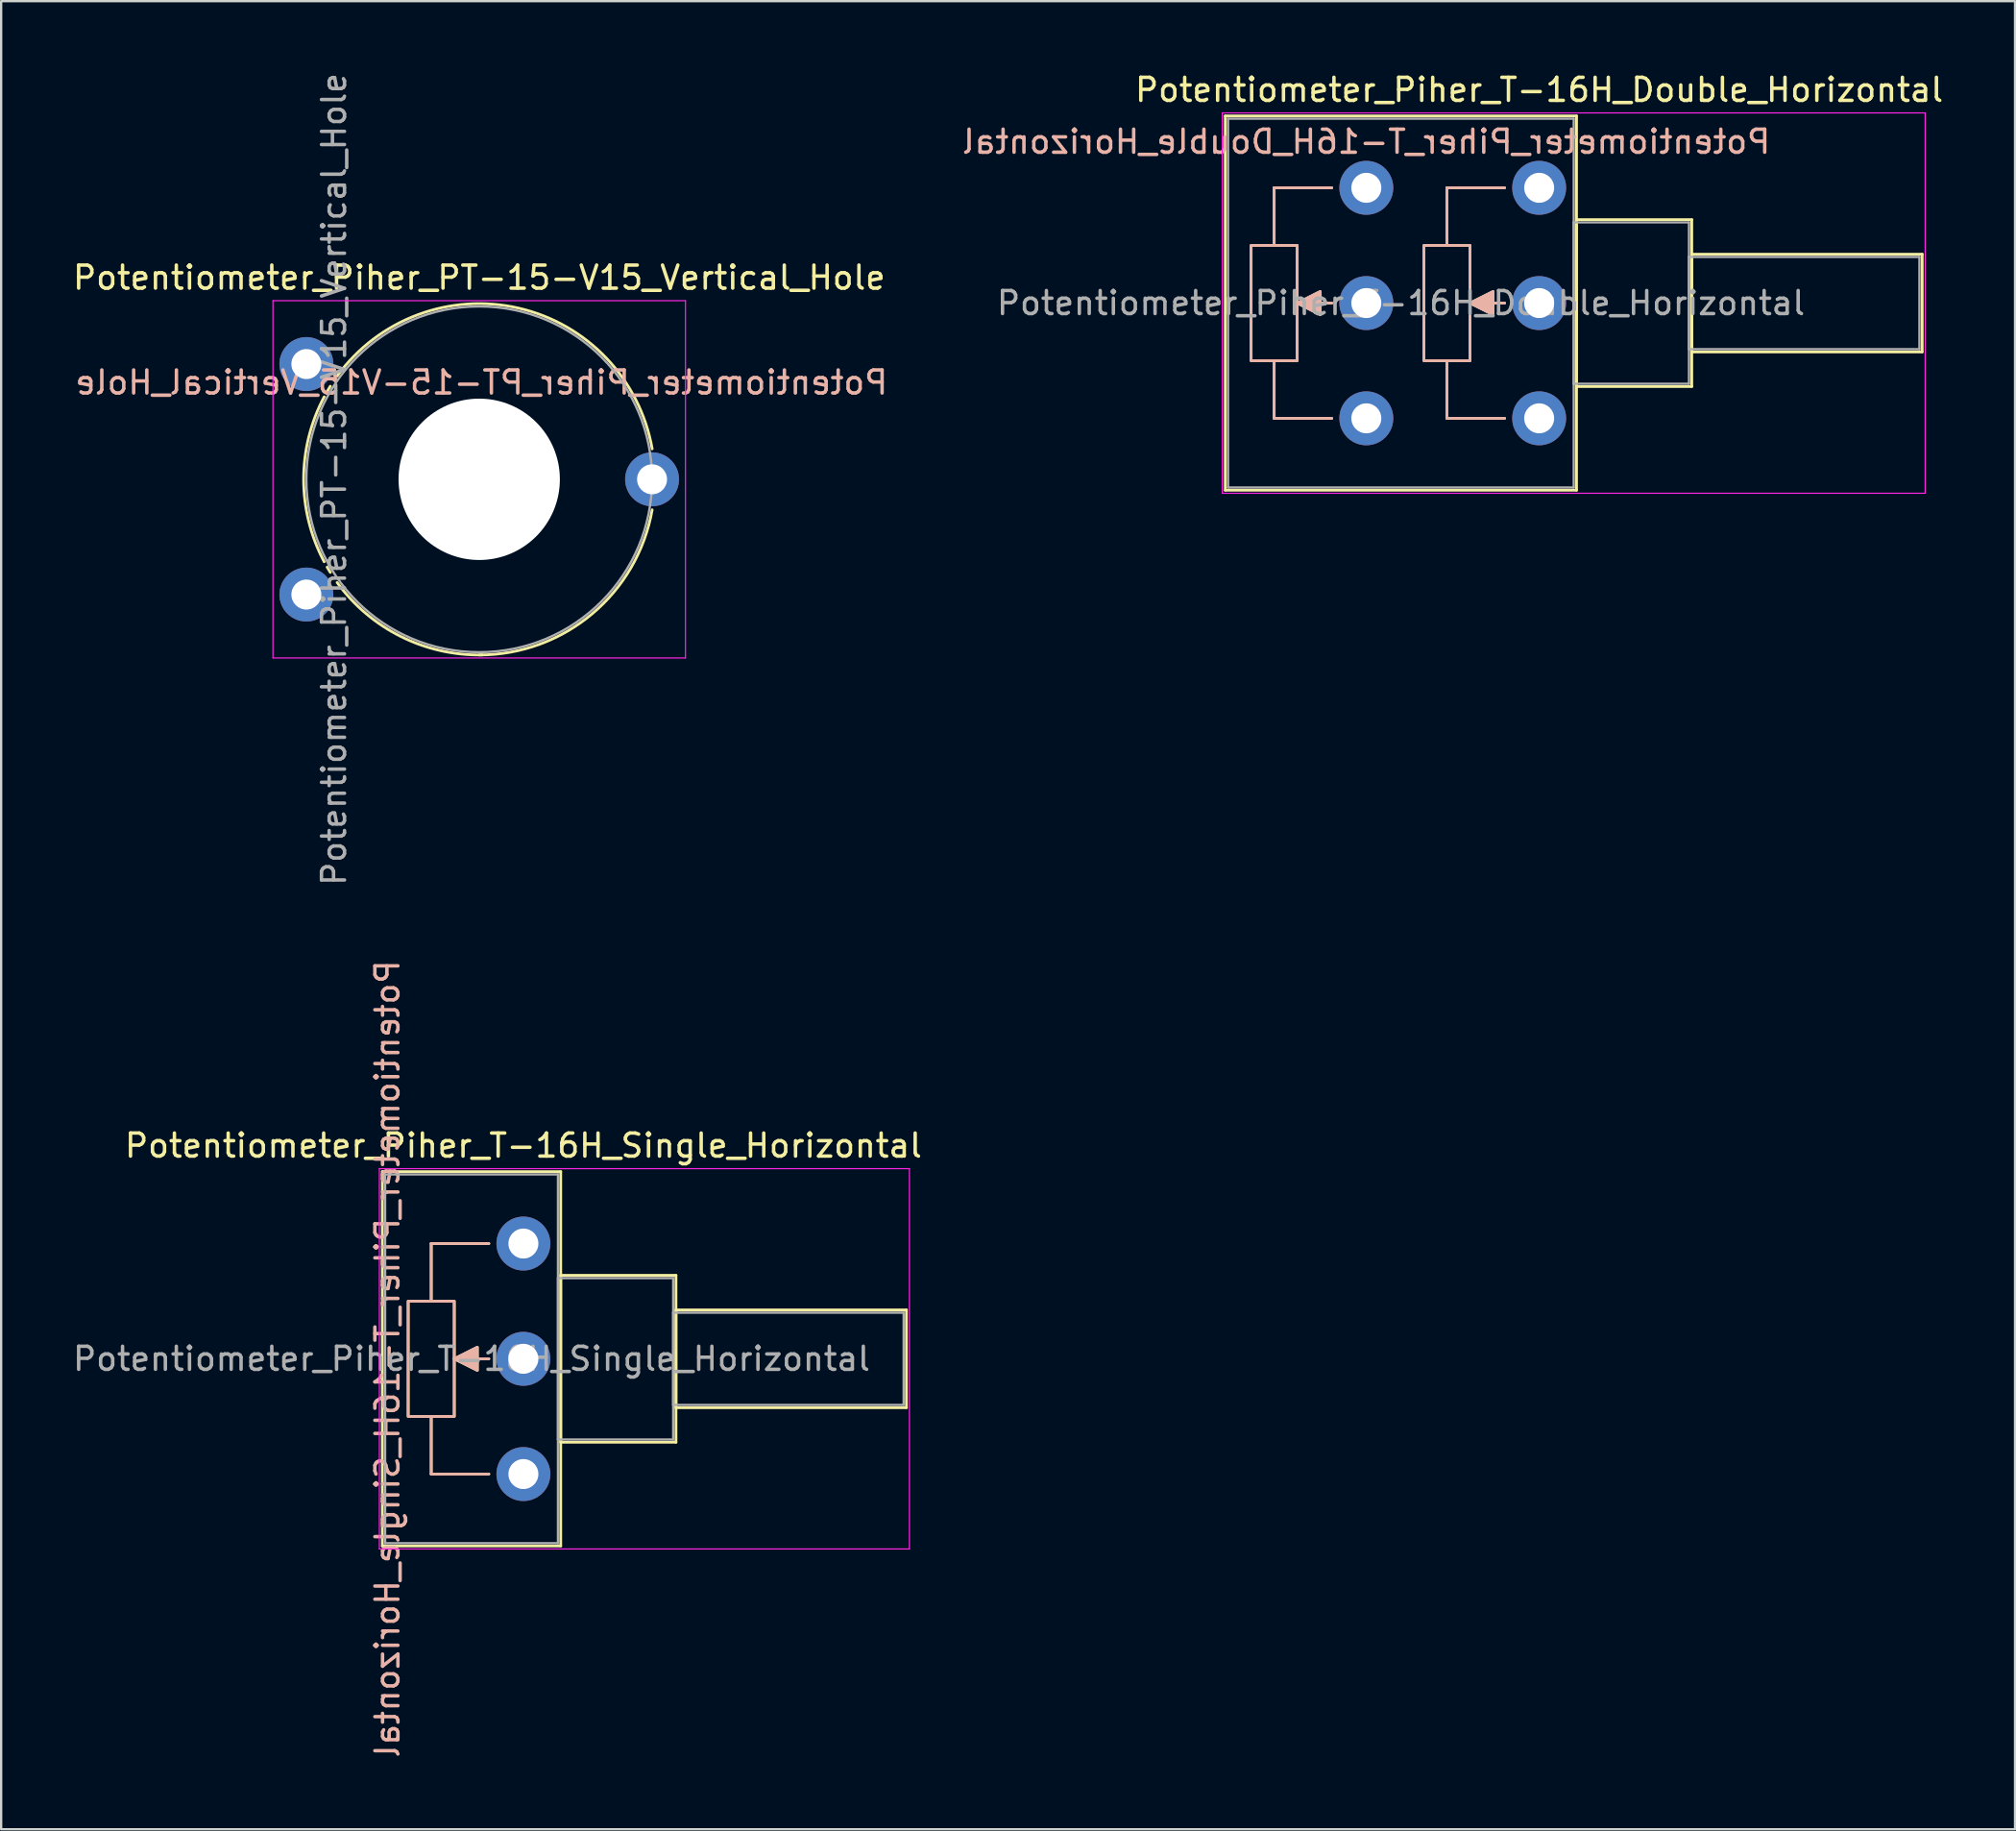
<source format=kicad_pcb>
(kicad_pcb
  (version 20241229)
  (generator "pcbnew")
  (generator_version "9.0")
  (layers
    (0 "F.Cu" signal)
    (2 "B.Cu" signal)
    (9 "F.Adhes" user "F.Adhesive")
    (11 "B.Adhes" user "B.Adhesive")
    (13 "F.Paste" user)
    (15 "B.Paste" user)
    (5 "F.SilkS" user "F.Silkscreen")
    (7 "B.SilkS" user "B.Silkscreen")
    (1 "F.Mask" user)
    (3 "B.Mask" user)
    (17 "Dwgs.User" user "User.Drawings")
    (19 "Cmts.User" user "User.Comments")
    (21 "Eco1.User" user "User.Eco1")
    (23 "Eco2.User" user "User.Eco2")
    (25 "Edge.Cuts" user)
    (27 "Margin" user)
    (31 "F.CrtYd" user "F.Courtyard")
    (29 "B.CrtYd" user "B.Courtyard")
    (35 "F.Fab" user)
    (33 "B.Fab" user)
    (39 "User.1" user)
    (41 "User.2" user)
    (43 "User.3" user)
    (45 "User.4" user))
  (footprint "Potentiometer_Piher_T-16H_Single_Horizontal"
    (layer "F.Cu")
    (at 19.661 60.899)
    (property "Reference" "Potentiometer_Piher_T-16H_Single_Horizontal" (at 0 -14.25 0) (layer "F.SilkS") (effects (font (size 1 1) (thickness 0.15))))
    (attr through_hole)
    (fp_line (start -6.12 -13.12) (end -6.12 3.12) (stroke (width 0.12) (type solid)) (layer "F.SilkS"))
    (fp_line (start -6.12 -13.12) (end 1.62 -13.12) (stroke (width 0.12) (type solid)) (layer "F.SilkS"))
    (fp_line (start -6.12 3.12) (end 1.62 3.12) (stroke (width 0.12) (type solid)) (layer "F.SilkS"))
    (fp_line (start -4 -10) (end -4 -7.5) (stroke (width 0.12) (type solid)) (layer "F.SilkS"))
    (fp_line (start -4 -2.5) (end -4 0) (stroke (width 0.12) (type solid)) (layer "F.SilkS"))
    (fp_line (start -4 0) (end -1.5 0) (stroke (width 0.12) (type solid)) (layer "F.SilkS"))
    (fp_line (start -3 -5) (end -1.5 -5) (stroke (width 0.12) (type solid)) (layer "F.SilkS"))
    (fp_line (start -1.5 -10) (end -4 -10) (stroke (width 0.12) (type solid)) (layer "F.SilkS"))
    (fp_line (start 1.62 -13.12) (end 1.62 3.12) (stroke (width 0.12) (type solid)) (layer "F.SilkS"))
    (fp_line (start 1.62 -8.62) (end 1.62 -1.38) (stroke (width 0.12) (type solid)) (layer "F.SilkS"))
    (fp_line (start 1.62 -8.62) (end 6.62 -8.62) (stroke (width 0.12) (type solid)) (layer "F.SilkS"))
    (fp_line (start 1.62 -1.38) (end 6.62 -1.38) (stroke (width 0.12) (type solid)) (layer "F.SilkS"))
    (fp_line (start 6.62 -8.62) (end 6.62 -1.38) (stroke (width 0.12) (type solid)) (layer "F.SilkS"))
    (fp_line (start 6.62 -7.12) (end 6.62 -2.88) (stroke (width 0.12) (type solid)) (layer "F.SilkS"))
    (fp_line (start 6.62 -7.12) (end 16.62 -7.12) (stroke (width 0.12) (type solid)) (layer "F.SilkS"))
    (fp_line (start 6.62 -2.88) (end 16.62 -2.88) (stroke (width 0.12) (type solid)) (layer "F.SilkS"))
    (fp_line (start 16.62 -7.12) (end 16.62 -2.88) (stroke (width 0.12) (type solid)) (layer "F.SilkS"))
    (fp_rect (start -5 -7.5) (end -3 -2.5) (stroke (width 0.12) (type solid)) (fill no) (layer "F.SilkS"))
    (fp_poly (pts (xy -2 -4.5) (xy -3 -5) (xy -2 -5.5)) (stroke (width 0.12) (type solid)) (fill yes) (layer "F.SilkS"))
    (fp_line (start -4 -10) (end -4 -7.5) (stroke (width 0.12) (type solid)) (layer "B.SilkS"))
    (fp_line (start -4 0) (end -4 -2.5) (stroke (width 0.12) (type solid)) (layer "B.SilkS"))
    (fp_line (start -1.5 -10) (end -4 -10) (stroke (width 0.12) (type solid)) (layer "B.SilkS"))
    (fp_line (start -1.5 -5) (end -2 -5) (stroke (width 0.12) (type solid)) (layer "B.SilkS"))
    (fp_line (start -1.5 0) (end -4 0) (stroke (width 0.12) (type solid)) (layer "B.SilkS"))
    (fp_rect (start -5 -7.5) (end -3 -2.5) (stroke (width 0.12) (type solid)) (fill no) (layer "B.SilkS"))
    (fp_poly (pts (xy -2 -4.5) (xy -3 -5) (xy -2 -5.5)) (stroke (width 0.12) (type solid)) (fill yes) (layer "B.SilkS"))
    (fp_line (start -6.25 -13.25) (end -6.25 3.25) (stroke (width 0.05) (type solid)) (layer "F.CrtYd"))
    (fp_line (start -6.25 3.25) (end 16.75 3.25) (stroke (width 0.05) (type solid)) (layer "F.CrtYd"))
    (fp_line (start 16.75 -13.25) (end -6.25 -13.25) (stroke (width 0.05) (type solid)) (layer "F.CrtYd"))
    (fp_line (start 16.75 3.25) (end 16.75 -13.25) (stroke (width 0.05) (type solid)) (layer "F.CrtYd"))
    (fp_line (start -6 -13) (end -6 3) (stroke (width 0.1) (type solid)) (layer "F.Fab"))
    (fp_line (start -6 3) (end 1.5 3) (stroke (width 0.1) (type solid)) (layer "F.Fab"))
    (fp_line (start 1.5 -13) (end -6 -13) (stroke (width 0.1) (type solid)) (layer "F.Fab"))
    (fp_line (start 1.5 -8.5) (end 1.5 -1.5) (stroke (width 0.1) (type solid)) (layer "F.Fab"))
    (fp_line (start 1.5 -1.5) (end 6.5 -1.5) (stroke (width 0.1) (type solid)) (layer "F.Fab"))
    (fp_line (start 1.5 3) (end 1.5 -13) (stroke (width 0.1) (type solid)) (layer "F.Fab"))
    (fp_line (start 6.5 -8.5) (end 1.5 -8.5) (stroke (width 0.1) (type solid)) (layer "F.Fab"))
    (fp_line (start 6.5 -7) (end 6.5 -3) (stroke (width 0.1) (type solid)) (layer "F.Fab"))
    (fp_line (start 6.5 -3) (end 16.5 -3) (stroke (width 0.1) (type solid)) (layer "F.Fab"))
    (fp_line (start 6.5 -1.5) (end 6.5 -8.5) (stroke (width 0.1) (type solid)) (layer "F.Fab"))
    (fp_line (start 16.5 -7) (end 6.5 -7) (stroke (width 0.1) (type solid)) (layer "F.Fab"))
    (fp_line (start 16.5 -3) (end 16.5 -7) (stroke (width 0.1) (type solid)) (layer "F.Fab"))
    (fp_text user "${REFERENCE}" (at -5.9 -5 90) (unlocked yes) (layer "B.SilkS") (effects (font (size 1 1) (thickness 0.15)) (justify mirror)))
    (fp_text user "${REFERENCE}" (at -2.25 -5 0) (layer "F.Fab") (effects (font (size 1 1) (thickness 0.15))))
    (pad "1" thru_hole circle (at 0 0) (size 2.34 2.34) (drill 1.3) (layers "*.Cu" "*.Mask"))
    (pad "2" thru_hole circle (at 0 -5) (size 2.34 2.34) (drill 1.3) (layers "*.Cu" "*.Mask"))
    (pad "3" thru_hole circle (at 0 -10) (size 2.34 2.34) (drill 1.3) (layers "*.Cu" "*.Mask")))
  (footprint "Potentiometer_Piher_PT-15-V15_Vertical_Hole"
    (layer "F.Cu")
    (at 10.244 22.744)
    (property "Reference" "Potentiometer_Piher_PT-15-V15_Vertical_Hole" (at 7.5 -13.75 0) (layer "F.SilkS") (effects (font (size 1 1) (thickness 0.15))))
    (attr through_hole)
    (fp_arc (start 0.772013 -1.423856) (mid -0.119358 -5.001051) (end 0.773 -8.578) (stroke (width 0.12) (type solid)) (layer "F.SilkS"))
    (fp_arc (start 0.902012 -8.810055) (mid 0.969511 -8.924625) (end 1.039 -9.038) (stroke (width 0.12) (type solid)) (layer "F.SilkS"))
    (fp_arc (start 1.037952 -0.963019) (mid 0.968481 -1.076412) (end 0.901 -1.191) (stroke (width 0.12) (type solid)) (layer "F.SilkS"))
    (fp_arc (start 1.335622 -9.480307) (mid 9.21553 -12.424935) (end 15.005 -6.322) (stroke (width 0.12) (type solid)) (layer "F.SilkS"))
    (fp_arc (start 7.632064 2.618548) (mid 4.099288 1.818715) (end 1.335 -0.522) (stroke (width 0.12) (type solid)) (layer "F.SilkS"))
    (fp_arc (start 15.004235 -3.676801) (mid 12.398042 0.837259) (end 7.5 2.62) (stroke (width 0.12) (type solid)) (layer "F.SilkS"))
    (fp_line (start -1.45 -12.75) (end -1.45 2.75) (stroke (width 0.05) (type solid)) (layer "F.CrtYd"))
    (fp_line (start -1.45 2.75) (end 16.45 2.75) (stroke (width 0.05) (type solid)) (layer "F.CrtYd"))
    (fp_line (start 16.45 -12.75) (end -1.45 -12.75) (stroke (width 0.05) (type solid)) (layer "F.CrtYd"))
    (fp_line (start 16.45 2.75) (end 16.45 -12.75) (stroke (width 0.05) (type solid)) (layer "F.CrtYd"))
    (fp_circle (center 7.5 -5) (end 15 -5) (stroke (width 0.1) (type solid)) (fill no) (layer "F.Fab"))
    (fp_text user "${REFERENCE}" (at 7.6 -9.2 0) (unlocked yes) (layer "B.SilkS") (effects (font (size 1 1) (thickness 0.15)) (justify mirror)))
    (fp_text user "${REFERENCE}" (at 1.2 -5 90) (layer "F.Fab") (effects (font (size 1 1) (thickness 0.15))))
    (pad "" np_thru_hole circle (at 7.5 -5) (size 7 7) (drill 7) (layers "*.Cu" "*.Mask"))
    (pad "1" thru_hole circle (at 0 0) (size 2.34 2.34) (drill 1.3) (layers "*.Cu" "*.Mask"))
    (pad "2" thru_hole circle (at 15 -5) (size 2.34 2.34) (drill 1.3) (layers "*.Cu" "*.Mask"))
    (pad "3" thru_hole circle (at 0 -10) (size 2.34 2.34) (drill 1.3) (layers "*.Cu" "*.Mask")))
  (footprint "Potentiometer_Piher_T-16H_Double_Horizontal"
    (layer "F.Cu")
    (at 63.737 15.098)
    (property "Reference" "Potentiometer_Piher_T-16H_Double_Horizontal" (at 0 -14.25 0) (layer "F.SilkS") (effects (font (size 1 1) (thickness 0.15))))
    (attr through_hole)
    (fp_line (start -13.62 -13.12) (end -13.62 3.12) (stroke (width 0.12) (type solid)) (layer "F.SilkS"))
    (fp_line (start -13.62 -13.12) (end 1.621 -13.12) (stroke (width 0.12) (type solid)) (layer "F.SilkS"))
    (fp_line (start -13.62 3.12) (end 1.621 3.12) (stroke (width 0.12) (type solid)) (layer "F.SilkS"))
    (fp_line (start -11.5 -10) (end -11.5 -7.5) (stroke (width 0.12) (type solid)) (layer "F.SilkS"))
    (fp_line (start -11.5 -2.5) (end -11.5 0) (stroke (width 0.12) (type solid)) (layer "F.SilkS"))
    (fp_line (start -11.5 0) (end -9 0) (stroke (width 0.12) (type solid)) (layer "F.SilkS"))
    (fp_line (start -10.5 -5) (end -9 -5) (stroke (width 0.12) (type solid)) (layer "F.SilkS"))
    (fp_line (start -9 -10) (end -11.5 -10) (stroke (width 0.12) (type solid)) (layer "F.SilkS"))
    (fp_line (start -4 -10) (end -4 -7.5) (stroke (width 0.12) (type solid)) (layer "F.SilkS"))
    (fp_line (start -4 -2.5) (end -4 0) (stroke (width 0.12) (type solid)) (layer "F.SilkS"))
    (fp_line (start -4 0) (end -1.5 0) (stroke (width 0.12) (type solid)) (layer "F.SilkS"))
    (fp_line (start -3 -5) (end -1.5 -5) (stroke (width 0.12) (type solid)) (layer "F.SilkS"))
    (fp_line (start -1.5 -10) (end -4 -10) (stroke (width 0.12) (type solid)) (layer "F.SilkS"))
    (fp_line (start 1.621 -13.12) (end 1.621 3.12) (stroke (width 0.12) (type solid)) (layer "F.SilkS"))
    (fp_line (start 1.621 -8.62) (end 1.621 -1.38) (stroke (width 0.12) (type solid)) (layer "F.SilkS"))
    (fp_line (start 1.621 -8.62) (end 6.621 -8.62) (stroke (width 0.12) (type solid)) (layer "F.SilkS"))
    (fp_line (start 1.621 -1.38) (end 6.621 -1.38) (stroke (width 0.12) (type solid)) (layer "F.SilkS"))
    (fp_line (start 6.621 -8.62) (end 6.621 -1.38) (stroke (width 0.12) (type solid)) (layer "F.SilkS"))
    (fp_line (start 6.621 -7.12) (end 6.621 -2.88) (stroke (width 0.12) (type solid)) (layer "F.SilkS"))
    (fp_line (start 6.621 -7.12) (end 16.62 -7.12) (stroke (width 0.12) (type solid)) (layer "F.SilkS"))
    (fp_line (start 6.621 -2.88) (end 16.62 -2.88) (stroke (width 0.12) (type solid)) (layer "F.SilkS"))
    (fp_line (start 16.62 -7.12) (end 16.62 -2.88) (stroke (width 0.12) (type solid)) (layer "F.SilkS"))
    (fp_rect (start -12.5 -7.5) (end -10.5 -2.5) (stroke (width 0.12) (type solid)) (fill no) (layer "F.SilkS"))
    (fp_rect (start -5 -7.5) (end -3 -2.5) (stroke (width 0.12) (type solid)) (fill no) (layer "F.SilkS"))
    (fp_poly (pts (xy -9.5 -4.5) (xy -10.5 -5) (xy -9.5 -5.5)) (stroke (width 0.12) (type solid)) (fill yes) (layer "F.SilkS"))
    (fp_poly (pts (xy -2 -4.5) (xy -3 -5) (xy -2 -5.5)) (stroke (width 0.12) (type solid)) (fill yes) (layer "F.SilkS"))
    (fp_line (start -11.5 -10) (end -11.5 -7.5) (stroke (width 0.12) (type solid)) (layer "B.SilkS"))
    (fp_line (start -11.5 0) (end -11.5 -2.5) (stroke (width 0.12) (type solid)) (layer "B.SilkS"))
    (fp_line (start -9 -10) (end -11.5 -10) (stroke (width 0.12) (type solid)) (layer "B.SilkS"))
    (fp_line (start -9 -5) (end -9.5 -5) (stroke (width 0.12) (type solid)) (layer "B.SilkS"))
    (fp_line (start -9 0) (end -11.5 0) (stroke (width 0.12) (type solid)) (layer "B.SilkS"))
    (fp_line (start -4 -10) (end -4 -7.5) (stroke (width 0.12) (type solid)) (layer "B.SilkS"))
    (fp_line (start -4 0) (end -4 -2.5) (stroke (width 0.12) (type solid)) (layer "B.SilkS"))
    (fp_line (start -1.5 -10) (end -4 -10) (stroke (width 0.12) (type solid)) (layer "B.SilkS"))
    (fp_line (start -1.5 -5) (end -2 -5) (stroke (width 0.12) (type solid)) (layer "B.SilkS"))
    (fp_line (start -1.5 0) (end -4 0) (stroke (width 0.12) (type solid)) (layer "B.SilkS"))
    (fp_rect (start -12.5 -7.5) (end -10.5 -2.5) (stroke (width 0.12) (type solid)) (fill no) (layer "B.SilkS"))
    (fp_rect (start -5 -7.5) (end -3 -2.5) (stroke (width 0.12) (type solid)) (fill no) (layer "B.SilkS"))
    (fp_poly (pts (xy -9.5 -4.5) (xy -10.5 -5) (xy -9.5 -5.5)) (stroke (width 0.12) (type solid)) (fill yes) (layer "B.SilkS"))
    (fp_poly (pts (xy -2 -4.5) (xy -3 -5) (xy -2 -5.5)) (stroke (width 0.12) (type solid)) (fill yes) (layer "B.SilkS"))
    (fp_line (start -13.75 -13.25) (end -13.75 3.25) (stroke (width 0.05) (type solid)) (layer "F.CrtYd"))
    (fp_line (start -13.75 3.25) (end 16.75 3.25) (stroke (width 0.05) (type solid)) (layer "F.CrtYd"))
    (fp_line (start 16.75 -13.25) (end -13.75 -13.25) (stroke (width 0.05) (type solid)) (layer "F.CrtYd"))
    (fp_line (start 16.75 3.25) (end 16.75 -13.25) (stroke (width 0.05) (type solid)) (layer "F.CrtYd"))
    (fp_line (start -13.5 -13) (end -13.5 3) (stroke (width 0.1) (type solid)) (layer "F.Fab"))
    (fp_line (start -13.5 3) (end 1.5 3) (stroke (width 0.1) (type solid)) (layer "F.Fab"))
    (fp_line (start 1.5 -13) (end -13.5 -13) (stroke (width 0.1) (type solid)) (layer "F.Fab"))
    (fp_line (start 1.5 -8.5) (end 1.5 -1.5) (stroke (width 0.1) (type solid)) (layer "F.Fab"))
    (fp_line (start 1.5 -1.5) (end 6.5 -1.5) (stroke (width 0.1) (type solid)) (layer "F.Fab"))
    (fp_line (start 1.5 3) (end 1.5 -13) (stroke (width 0.1) (type solid)) (layer "F.Fab"))
    (fp_line (start 6.5 -8.5) (end 1.5 -8.5) (stroke (width 0.1) (type solid)) (layer "F.Fab"))
    (fp_line (start 6.5 -7) (end 6.5 -3) (stroke (width 0.1) (type solid)) (layer "F.Fab"))
    (fp_line (start 6.5 -3) (end 16.5 -3) (stroke (width 0.1) (type solid)) (layer "F.Fab"))
    (fp_line (start 6.5 -1.5) (end 6.5 -8.5) (stroke (width 0.1) (type solid)) (layer "F.Fab"))
    (fp_line (start 16.5 -7) (end 6.5 -7) (stroke (width 0.1) (type solid)) (layer "F.Fab"))
    (fp_line (start 16.5 -3) (end 16.5 -7) (stroke (width 0.1) (type solid)) (layer "F.Fab"))
    (fp_text user "${REFERENCE}" (at -7.5 -12 0) (unlocked yes) (layer "B.SilkS") (effects (font (size 1 1) (thickness 0.15)) (justify mirror)))
    (fp_text user "${REFERENCE}" (at -6 -5 0) (layer "F.Fab") (effects (font (size 1 1) (thickness 0.15))))
    (pad "1" thru_hole circle (at 0 0) (size 2.34 2.34) (drill 1.3) (layers "*.Cu" "*.Mask"))
    (pad "2" thru_hole circle (at 0 -5) (size 2.34 2.34) (drill 1.3) (layers "*.Cu" "*.Mask"))
    (pad "3" thru_hole circle (at 0 -10) (size 2.34 2.34) (drill 1.3) (layers "*.Cu" "*.Mask"))
    (pad "4" thru_hole circle (at -7.5 0) (size 2.34 2.34) (drill 1.3) (layers "*.Cu" "*.Mask"))
    (pad "5" thru_hole circle (at -7.5 -5) (size 2.34 2.34) (drill 1.3) (layers "*.Cu" "*.Mask"))
    (pad "6" thru_hole circle (at -7.5 -10) (size 2.34 2.34) (drill 1.3) (layers "*.Cu" "*.Mask")))
  (gr_rect
    (start -3 -3)
    (end 84.386 76.31)
    (stroke (width 0.1) (type default))
    (fill no)
    (layer "Edge.Cuts")))
</source>
